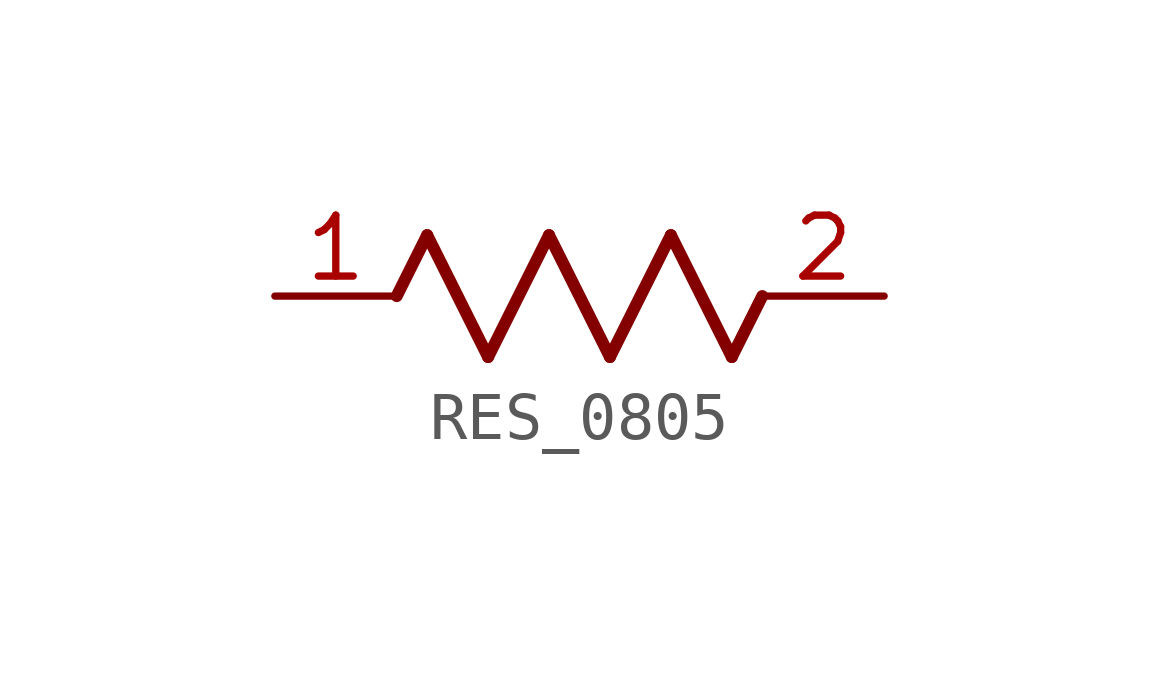
<source format=kicad_sym>
(kicad_symbol_lib
  (version 20231120)
  (generator "kicad_symbol_editor")
  (generator_version "8.0")
  (symbol "RES_0805"
    (property "Reference" "R"
      (at 0 0 0)
      (effects (font (size 1.27 1.27)) (hide yes)))
    (property "ki_locked" ""
      (at 0 0 0)
      (effects (font (size 1.27 1.27))))
    (symbol "RES_0805_1_0"
      (polyline (pts (xy -3.81 0) (xy -3.175 1.27)) (stroke (width 0.25) (type solid)) (fill (type none)))
      (polyline (pts (xy -3.175 1.27) (xy -1.905 -1.27)) (stroke (width 0.25) (type solid)) (fill (type none)))
      (polyline (pts (xy -1.905 -1.27) (xy -0.635 1.27)) (stroke (width 0.25) (type solid)) (fill (type none)))
      (polyline (pts (xy -0.635 1.27) (xy 0.635 -1.27)) (stroke (width 0.25) (type solid)) (fill (type none)))
      (polyline (pts (xy 0.635 -1.27) (xy 1.905 1.27)) (stroke (width 0.25) (type solid)) (fill (type none)))
      (polyline (pts (xy 1.905 1.27) (xy 3.175 -1.27)) (stroke (width 0.25) (type solid)) (fill (type none)))
      (polyline (pts (xy 3.175 -1.27) (xy 3.81 0)) (stroke (width 0.25) (type solid)) (fill (type none)))
      (pin passive line (at -6.35 0 0) (length 2.54) (name "1" (effects (font (size 0 0)))) (number "1" (effects (font (size 1.27 1.27)))))
      (pin passive line (at 6.35 0 180) (length 2.54) (name "2" (effects (font (size 0 0)))) (number "2" (effects (font (size 1.27 1.27))))))))
</source>
